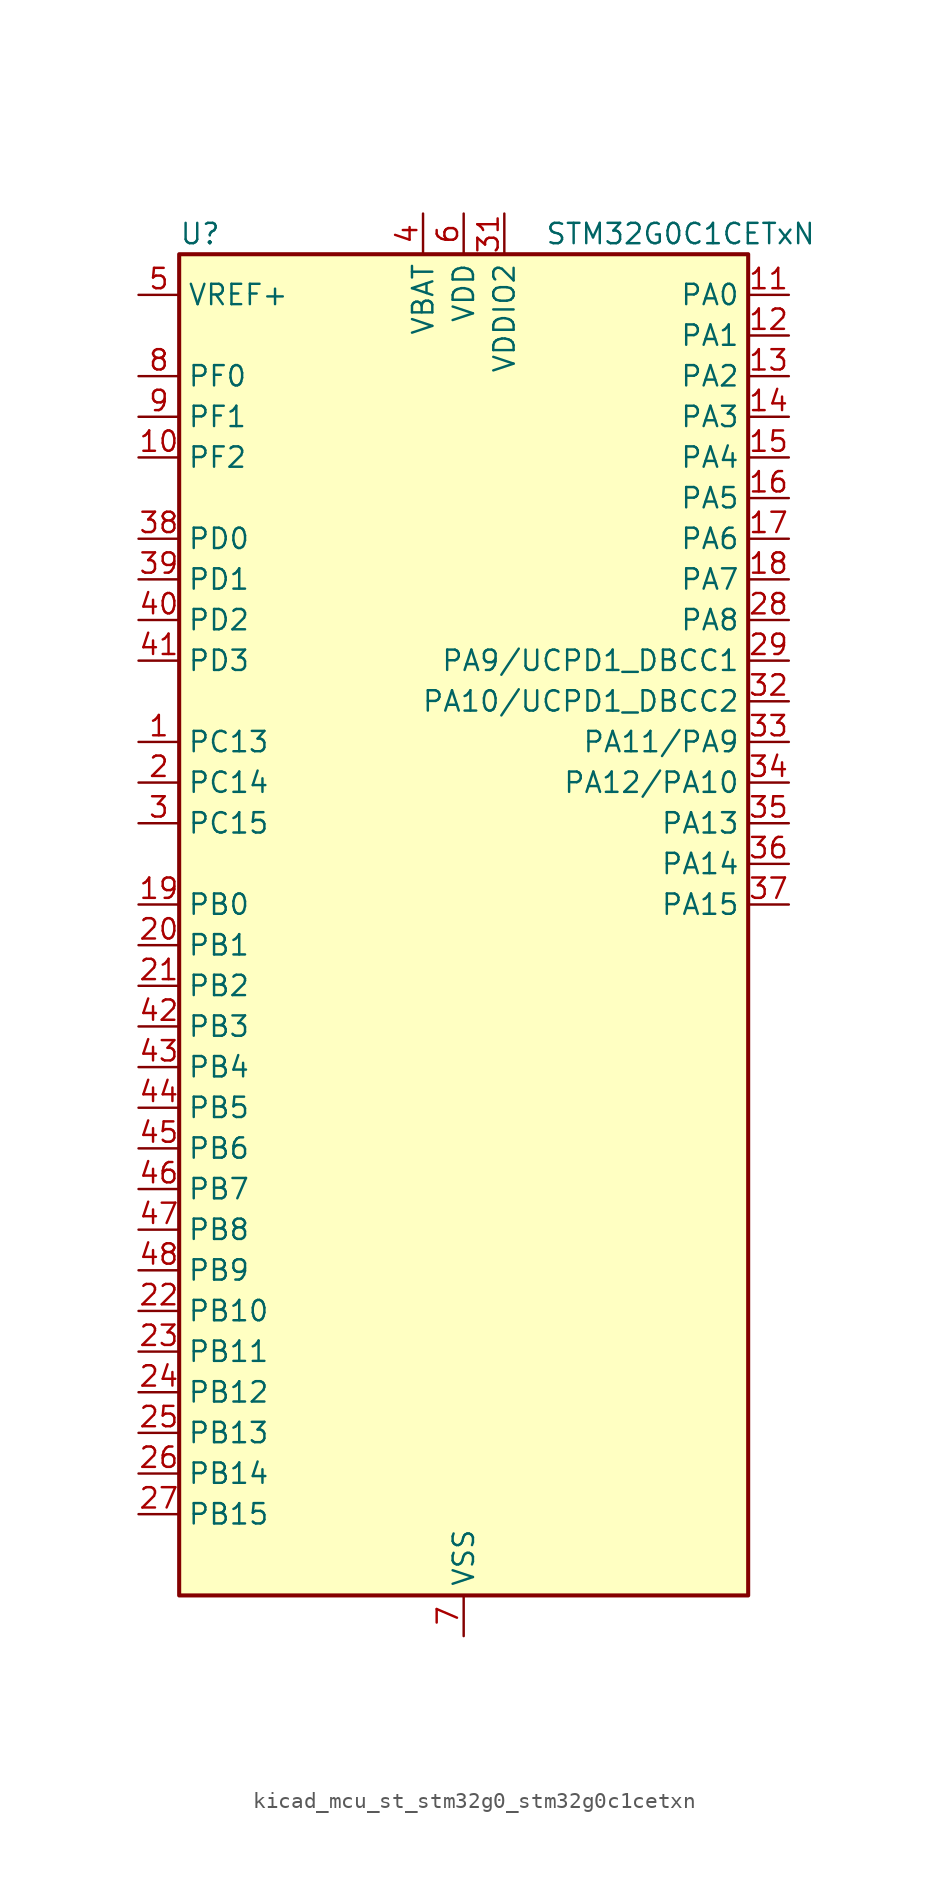
<source format=kicad_sym>
(kicad_symbol_lib
  (version 20220914)
  (generator kicad_symbol_editor)
  (symbol "kicad_mcu_st_stm32g0_stm32g0c1cetxn"
    (property "Reference" "U"
      (at -17.78 44.45 0)
      (effects (font (size 1.27 1.27)) (justify left)))
    (property "Value" "STM32G0C1CETxN"
      (at 5.08 44.45 0)
      (effects (font (size 1.27 1.27)) (justify left)))
    (property "ki_locked" ""
      (at 0 0 0)
      (effects (font (size 1.27 1.27))))
    (symbol "kicad_mcu_st_stm32g0_stm32g0c1cetxn_0_1"
      (rectangle (start -17.78 -40.64) (end 17.78 43.18) (stroke (width 0.254) (type default)) (fill (type background))))
    (symbol "kicad_mcu_st_stm32g0_stm32g0c1cetxn_1_1"
      (pin bidirectional line (at -20.32 12.7 0) (length 2.54) (name "PC13" (effects (font (size 1.27 1.27)))) (number "1" (effects (font (size 1.27 1.27)))) (alternate "RTC_OUT1" bidirectional line) (alternate "RTC_TAMP_IN1" bidirectional line) (alternate "RTC_TS" bidirectional line) (alternate "SYS_WKUP2" bidirectional line) (alternate "TIM1_BK" bidirectional line))
      (pin bidirectional line (at -20.32 30.48 0) (length 2.54) (name "PF2" (effects (font (size 1.27 1.27)))) (number "10" (effects (font (size 1.27 1.27)))) (alternate "LPUART2_DE" bidirectional line) (alternate "LPUART2_RTS" bidirectional line) (alternate "LPUART2_TX" bidirectional line) (alternate "RCC_MCO" bidirectional line))
      (pin bidirectional line (at 20.32 40.64 180) (length 2.54) (name "PA0" (effects (font (size 1.27 1.27)))) (number "11" (effects (font (size 1.27 1.27)))) (alternate "ADC1_IN0" bidirectional line) (alternate "COMP1_INM" bidirectional line) (alternate "COMP1_OUT" bidirectional line) (alternate "I2S2_CK" bidirectional line) (alternate "LPTIM1_OUT" bidirectional line) (alternate "RTC_TAMP_IN2" bidirectional line) (alternate "SPI2_SCK" bidirectional line) (alternate "SYS_WKUP1" bidirectional line) (alternate "TIM2_CH1" bidirectional line) (alternate "TIM2_ETR" bidirectional line) (alternate "UCPD2_FRSTX1" bidirectional line) (alternate "UCPD2_FRSTX2" bidirectional line) (alternate "USART2_CTS" bidirectional line) (alternate "USART2_NSS" bidirectional line) (alternate "USART4_TX" bidirectional line))
      (pin bidirectional line (at 20.32 38.1 180) (length 2.54) (name "PA1" (effects (font (size 1.27 1.27)))) (number "12" (effects (font (size 1.27 1.27)))) (alternate "ADC1_IN1" bidirectional line) (alternate "COMP1_INP" bidirectional line) (alternate "I2C1_SMBA" bidirectional line) (alternate "I2S1_CK" bidirectional line) (alternate "SPI1_SCK" bidirectional line) (alternate "TIM15_CH1N" bidirectional line) (alternate "TIM2_CH2" bidirectional line) (alternate "USART2_CK" bidirectional line) (alternate "USART2_DE" bidirectional line) (alternate "USART2_RTS" bidirectional line) (alternate "USART4_RX" bidirectional line))
      (pin bidirectional line (at 20.32 35.56 180) (length 2.54) (name "PA2" (effects (font (size 1.27 1.27)))) (number "13" (effects (font (size 1.27 1.27)))) (alternate "ADC1_IN2" bidirectional line) (alternate "COMP2_INM" bidirectional line) (alternate "COMP2_OUT" bidirectional line) (alternate "I2S1_SD" bidirectional line) (alternate "LPUART1_TX" bidirectional line) (alternate "RCC_LSCO" bidirectional line) (alternate "SPI1_MOSI" bidirectional line) (alternate "SYS_WKUP4" bidirectional line) (alternate "TIM15_CH1" bidirectional line) (alternate "TIM2_CH3" bidirectional line) (alternate "UCPD1_FRSTX1" bidirectional line) (alternate "UCPD1_FRSTX2" bidirectional line) (alternate "USART2_TX" bidirectional line))
      (pin bidirectional line (at 20.32 33.02 180) (length 2.54) (name "PA3" (effects (font (size 1.27 1.27)))) (number "14" (effects (font (size 1.27 1.27)))) (alternate "ADC1_IN3" bidirectional line) (alternate "COMP2_INP" bidirectional line) (alternate "I2S2_MCK" bidirectional line) (alternate "LPUART1_RX" bidirectional line) (alternate "SPI2_MISO" bidirectional line) (alternate "TIM15_CH2" bidirectional line) (alternate "TIM2_CH4" bidirectional line) (alternate "UCPD2_FRSTX1" bidirectional line) (alternate "UCPD2_FRSTX2" bidirectional line) (alternate "USART2_RX" bidirectional line))
      (pin bidirectional line (at 20.32 30.48 180) (length 2.54) (name "PA4" (effects (font (size 1.27 1.27)))) (number "15" (effects (font (size 1.27 1.27)))) (alternate "ADC1_IN4" bidirectional line) (alternate "DAC1_OUT1" bidirectional line) (alternate "I2S1_WS" bidirectional line) (alternate "I2S2_SD" bidirectional line) (alternate "LPTIM2_OUT" bidirectional line) (alternate "RTC_OUT2" bidirectional line) (alternate "SPI1_NSS" bidirectional line) (alternate "SPI2_MOSI" bidirectional line) (alternate "SPI3_NSS" bidirectional line) (alternate "TIM14_CH1" bidirectional line) (alternate "UCPD2_FRSTX1" bidirectional line) (alternate "UCPD2_FRSTX2" bidirectional line) (alternate "USART6_TX" bidirectional line) (alternate "USB_NOE" bidirectional line))
      (pin bidirectional line (at 20.32 27.94 180) (length 2.54) (name "PA5" (effects (font (size 1.27 1.27)))) (number "16" (effects (font (size 1.27 1.27)))) (alternate "ADC1_IN5" bidirectional line) (alternate "CEC" bidirectional line) (alternate "DAC1_OUT2" bidirectional line) (alternate "I2S1_CK" bidirectional line) (alternate "LPTIM2_ETR" bidirectional line) (alternate "SPI1_SCK" bidirectional line) (alternate "TIM2_CH1" bidirectional line) (alternate "TIM2_ETR" bidirectional line) (alternate "UCPD1_FRSTX1" bidirectional line) (alternate "UCPD1_FRSTX2" bidirectional line) (alternate "USART3_TX" bidirectional line) (alternate "USART6_RX" bidirectional line))
      (pin bidirectional line (at 20.32 25.4 180) (length 2.54) (name "PA6" (effects (font (size 1.27 1.27)))) (number "17" (effects (font (size 1.27 1.27)))) (alternate "ADC1_IN6" bidirectional line) (alternate "COMP1_OUT" bidirectional line) (alternate "I2C2_SDA" bidirectional line) (alternate "I2C3_SDA" bidirectional line) (alternate "I2S1_MCK" bidirectional line) (alternate "LPUART1_CTS" bidirectional line) (alternate "SPI1_MISO" bidirectional line) (alternate "TIM16_CH1" bidirectional line) (alternate "TIM1_BK" bidirectional line) (alternate "TIM3_CH1" bidirectional line) (alternate "USART3_CTS" bidirectional line) (alternate "USART3_NSS" bidirectional line) (alternate "USART6_CTS" bidirectional line) (alternate "USART6_NSS" bidirectional line))
      (pin bidirectional line (at 20.32 22.86 180) (length 2.54) (name "PA7" (effects (font (size 1.27 1.27)))) (number "18" (effects (font (size 1.27 1.27)))) (alternate "ADC1_IN7" bidirectional line) (alternate "COMP2_OUT" bidirectional line) (alternate "I2C2_SCL" bidirectional line) (alternate "I2C3_SCL" bidirectional line) (alternate "I2S1_SD" bidirectional line) (alternate "SPI1_MOSI" bidirectional line) (alternate "TIM14_CH1" bidirectional line) (alternate "TIM17_CH1" bidirectional line) (alternate "TIM1_CH1N" bidirectional line) (alternate "TIM3_CH2" bidirectional line) (alternate "UCPD1_FRSTX1" bidirectional line) (alternate "UCPD1_FRSTX2" bidirectional line) (alternate "USART6_CK" bidirectional line) (alternate "USART6_DE" bidirectional line) (alternate "USART6_RTS" bidirectional line))
      (pin bidirectional line (at -20.32 2.54 0) (length 2.54) (name "PB0" (effects (font (size 1.27 1.27)))) (number "19" (effects (font (size 1.27 1.27)))) (alternate "ADC1_IN8" bidirectional line) (alternate "COMP1_OUT" bidirectional line) (alternate "COMP3_INP" bidirectional line) (alternate "FDCAN2_RX" bidirectional line) (alternate "I2S1_WS" bidirectional line) (alternate "LPTIM1_OUT" bidirectional line) (alternate "LPUART2_CTS" bidirectional line) (alternate "SPI1_NSS" bidirectional line) (alternate "TIM1_CH2N" bidirectional line) (alternate "TIM3_CH3" bidirectional line) (alternate "UCPD1_FRSTX1" bidirectional line) (alternate "UCPD1_FRSTX2" bidirectional line) (alternate "USART3_RX" bidirectional line) (alternate "USART5_TX" bidirectional line))
      (pin bidirectional line (at -20.32 10.16 0) (length 2.54) (name "PC14" (effects (font (size 1.27 1.27)))) (number "2" (effects (font (size 1.27 1.27)))) (alternate "RCC_OSC32_IN" bidirectional line) (alternate "TIM1_BK2" bidirectional line))
      (pin bidirectional line (at -20.32 0 0) (length 2.54) (name "PB1" (effects (font (size 1.27 1.27)))) (number "20" (effects (font (size 1.27 1.27)))) (alternate "ADC1_IN9" bidirectional line) (alternate "COMP1_INM" bidirectional line) (alternate "COMP3_OUT" bidirectional line) (alternate "FDCAN2_TX" bidirectional line) (alternate "LPTIM2_IN1" bidirectional line) (alternate "LPUART1_DE" bidirectional line) (alternate "LPUART1_RTS" bidirectional line) (alternate "LPUART2_DE" bidirectional line) (alternate "LPUART2_RTS" bidirectional line) (alternate "TIM14_CH1" bidirectional line) (alternate "TIM1_CH3N" bidirectional line) (alternate "TIM3_CH4" bidirectional line) (alternate "USART3_CK" bidirectional line) (alternate "USART3_DE" bidirectional line) (alternate "USART3_RTS" bidirectional line) (alternate "USART5_RX" bidirectional line))
      (pin bidirectional line (at -20.32 -2.54 0) (length 2.54) (name "PB2" (effects (font (size 1.27 1.27)))) (number "21" (effects (font (size 1.27 1.27)))) (alternate "ADC1_IN10" bidirectional line) (alternate "COMP1_INP" bidirectional line) (alternate "COMP3_INM" bidirectional line) (alternate "I2S2_MCK" bidirectional line) (alternate "LPTIM1_OUT" bidirectional line) (alternate "RCC_MCO_2" bidirectional line) (alternate "SPI2_MISO" bidirectional line) (alternate "USART3_TX" bidirectional line))
      (pin bidirectional line (at -20.32 -22.86 0) (length 2.54) (name "PB10" (effects (font (size 1.27 1.27)))) (number "22" (effects (font (size 1.27 1.27)))) (alternate "ADC1_IN11" bidirectional line) (alternate "CEC" bidirectional line) (alternate "COMP1_OUT" bidirectional line) (alternate "I2C2_SCL" bidirectional line) (alternate "I2S2_CK" bidirectional line) (alternate "LPUART1_RX" bidirectional line) (alternate "SPI2_SCK" bidirectional line) (alternate "TIM2_CH3" bidirectional line) (alternate "USART3_TX" bidirectional line))
      (pin bidirectional line (at -20.32 -25.4 0) (length 2.54) (name "PB11" (effects (font (size 1.27 1.27)))) (number "23" (effects (font (size 1.27 1.27)))) (alternate "ADC1_EXTI11" bidirectional line) (alternate "ADC1_IN15" bidirectional line) (alternate "COMP2_OUT" bidirectional line) (alternate "I2C2_SDA" bidirectional line) (alternate "I2S2_SD" bidirectional line) (alternate "LPUART1_TX" bidirectional line) (alternate "SPI2_MOSI" bidirectional line) (alternate "TIM2_CH4" bidirectional line) (alternate "USART3_RX" bidirectional line))
      (pin bidirectional line (at -20.32 -27.94 0) (length 2.54) (name "PB12" (effects (font (size 1.27 1.27)))) (number "24" (effects (font (size 1.27 1.27)))) (alternate "ADC1_IN16" bidirectional line) (alternate "FDCAN2_RX" bidirectional line) (alternate "I2C2_SMBA" bidirectional line) (alternate "I2S2_WS" bidirectional line) (alternate "LPUART1_DE" bidirectional line) (alternate "LPUART1_RTS" bidirectional line) (alternate "SPI2_NSS" bidirectional line) (alternate "TIM15_BK" bidirectional line) (alternate "TIM1_BK" bidirectional line) (alternate "UCPD2_FRSTX1" bidirectional line) (alternate "UCPD2_FRSTX2" bidirectional line))
      (pin bidirectional line (at -20.32 -30.48 0) (length 2.54) (name "PB13" (effects (font (size 1.27 1.27)))) (number "25" (effects (font (size 1.27 1.27)))) (alternate "FDCAN2_TX" bidirectional line) (alternate "I2C2_SCL" bidirectional line) (alternate "I2S2_CK" bidirectional line) (alternate "LPUART1_CTS" bidirectional line) (alternate "SPI2_SCK" bidirectional line) (alternate "TIM15_CH1N" bidirectional line) (alternate "TIM1_CH1N" bidirectional line) (alternate "USART3_CTS" bidirectional line) (alternate "USART3_NSS" bidirectional line))
      (pin bidirectional line (at -20.32 -33.02 0) (length 2.54) (name "PB14" (effects (font (size 1.27 1.27)))) (number "26" (effects (font (size 1.27 1.27)))) (alternate "I2C2_SDA" bidirectional line) (alternate "I2S2_MCK" bidirectional line) (alternate "SPI2_MISO" bidirectional line) (alternate "TIM15_CH1" bidirectional line) (alternate "TIM1_CH2N" bidirectional line) (alternate "UCPD1_FRSTX1" bidirectional line) (alternate "UCPD1_FRSTX2" bidirectional line) (alternate "USART3_CK" bidirectional line) (alternate "USART3_DE" bidirectional line) (alternate "USART3_RTS" bidirectional line) (alternate "USART6_CK" bidirectional line) (alternate "USART6_DE" bidirectional line) (alternate "USART6_RTS" bidirectional line))
      (pin bidirectional line (at -20.32 -35.56 0) (length 2.54) (name "PB15" (effects (font (size 1.27 1.27)))) (number "27" (effects (font (size 1.27 1.27)))) (alternate "I2S2_SD" bidirectional line) (alternate "RTC_REFIN" bidirectional line) (alternate "SPI2_MOSI" bidirectional line) (alternate "TIM15_CH1N" bidirectional line) (alternate "TIM15_CH2" bidirectional line) (alternate "TIM1_CH3N" bidirectional line) (alternate "UCPD1_CC2" bidirectional line) (alternate "USART6_CTS" bidirectional line) (alternate "USART6_NSS" bidirectional line))
      (pin bidirectional line (at 20.32 20.32 180) (length 2.54) (name "PA8" (effects (font (size 1.27 1.27)))) (number "28" (effects (font (size 1.27 1.27)))) (alternate "CRS1_SYNC" bidirectional line) (alternate "I2C2_SMBA" bidirectional line) (alternate "I2S2_WS" bidirectional line) (alternate "LPTIM2_OUT" bidirectional line) (alternate "RCC_MCO" bidirectional line) (alternate "SPI2_NSS" bidirectional line) (alternate "TIM1_CH1" bidirectional line) (alternate "UCPD1_CC1" bidirectional line))
      (pin bidirectional line (at 20.32 17.78 180) (length 2.54) (name "PA9/UCPD1_DBCC1" (effects (font (size 1.27 1.27)))) (number "29" (effects (font (size 1.27 1.27)))) (alternate "DAC1_EXTI9" bidirectional line) (alternate "I2C1_SCL" bidirectional line) (alternate "I2C2_SCL" bidirectional line) (alternate "I2S2_MCK" bidirectional line) (alternate "RCC_MCO" bidirectional line) (alternate "SPI2_MISO" bidirectional line) (alternate "TIM15_BK" bidirectional line) (alternate "TIM1_CH2" bidirectional line) (alternate "UCPD1_DBCC1" bidirectional line) (alternate "USART1_TX" bidirectional line))
      (pin bidirectional line (at -20.32 7.62 0) (length 2.54) (name "PC15" (effects (font (size 1.27 1.27)))) (number "3" (effects (font (size 1.27 1.27)))) (alternate "RCC_OSC32_EN" bidirectional line) (alternate "RCC_OSC32_OUT" bidirectional line) (alternate "RCC_OSC_EN" bidirectional line) (alternate "TIM15_BK" bidirectional line))
      (pin passive line (at 0 -43.18 90) (length 2.54) hide (name "VSS" (effects (font (size 1.27 1.27)))) (number "30" (effects (font (size 1.27 1.27)))))
      (pin power_in line (at 2.54 45.72 270) (length 2.54) (name "VDDIO2" (effects (font (size 1.27 1.27)))) (number "31" (effects (font (size 1.27 1.27)))))
      (pin bidirectional line (at 20.32 15.24 180) (length 2.54) (name "PA10/UCPD1_DBCC2" (effects (font (size 1.27 1.27)))) (number "32" (effects (font (size 1.27 1.27)))) (alternate "I2C1_SDA" bidirectional line) (alternate "I2C2_SDA" bidirectional line) (alternate "I2S2_SD" bidirectional line) (alternate "RCC_MCO_2" bidirectional line) (alternate "SPI2_MOSI" bidirectional line) (alternate "TIM17_BK" bidirectional line) (alternate "TIM1_CH3" bidirectional line) (alternate "UCPD1_DBCC2" bidirectional line) (alternate "USART1_RX" bidirectional line))
      (pin bidirectional line (at 20.32 12.7 180) (length 2.54) (name "PA11/PA9" (effects (font (size 1.27 1.27)))) (number "33" (effects (font (size 1.27 1.27)))) (alternate "ADC1_EXTI11" bidirectional line) (alternate "COMP1_OUT" bidirectional line) (alternate "FDCAN1_RX" bidirectional line) (alternate "I2C2_SCL" bidirectional line) (alternate "I2S1_MCK" bidirectional line) (alternate "SPI1_MISO" bidirectional line) (alternate "TIM1_BK2" bidirectional line) (alternate "TIM1_CH4" bidirectional line) (alternate "USART1_CTS" bidirectional line) (alternate "USART1_NSS" bidirectional line) (alternate "USB_DM" bidirectional line))
      (pin bidirectional line (at 20.32 10.16 180) (length 2.54) (name "PA12/PA10" (effects (font (size 1.27 1.27)))) (number "34" (effects (font (size 1.27 1.27)))) (alternate "COMP2_OUT" bidirectional line) (alternate "FDCAN1_TX" bidirectional line) (alternate "I2C2_SDA" bidirectional line) (alternate "I2S1_SD" bidirectional line) (alternate "I2S_CKIN" bidirectional line) (alternate "SPI1_MOSI" bidirectional line) (alternate "TIM1_ETR" bidirectional line) (alternate "USART1_CK" bidirectional line) (alternate "USART1_DE" bidirectional line) (alternate "USART1_RTS" bidirectional line) (alternate "USB_DP" bidirectional line))
      (pin bidirectional line (at 20.32 7.62 180) (length 2.54) (name "PA13" (effects (font (size 1.27 1.27)))) (number "35" (effects (font (size 1.27 1.27)))) (alternate "IR_OUT" bidirectional line) (alternate "LPUART2_RX" bidirectional line) (alternate "SYS_SWDIO" bidirectional line) (alternate "USB_NOE" bidirectional line))
      (pin bidirectional line (at 20.32 5.08 180) (length 2.54) (name "PA14" (effects (font (size 1.27 1.27)))) (number "36" (effects (font (size 1.27 1.27)))) (alternate "LPUART2_TX" bidirectional line) (alternate "SYS_SWCLK" bidirectional line) (alternate "USART2_TX" bidirectional line))
      (pin bidirectional line (at 20.32 2.54 180) (length 2.54) (name "PA15" (effects (font (size 1.27 1.27)))) (number "37" (effects (font (size 1.27 1.27)))) (alternate "I2C2_SMBA" bidirectional line) (alternate "I2S1_WS" bidirectional line) (alternate "RCC_MCO_2" bidirectional line) (alternate "SPI1_NSS" bidirectional line) (alternate "SPI3_NSS" bidirectional line) (alternate "TIM2_CH1" bidirectional line) (alternate "TIM2_ETR" bidirectional line) (alternate "USART2_RX" bidirectional line) (alternate "USART3_CK" bidirectional line) (alternate "USART3_DE" bidirectional line) (alternate "USART3_RTS" bidirectional line) (alternate "USART4_CK" bidirectional line) (alternate "USART4_DE" bidirectional line) (alternate "USART4_RTS" bidirectional line) (alternate "USB_NOE" bidirectional line))
      (pin bidirectional line (at -20.32 25.4 0) (length 2.54) (name "PD0" (effects (font (size 1.27 1.27)))) (number "38" (effects (font (size 1.27 1.27)))) (alternate "FDCAN1_RX" bidirectional line) (alternate "I2S2_WS" bidirectional line) (alternate "SPI2_NSS" bidirectional line) (alternate "TIM16_CH1" bidirectional line) (alternate "UCPD2_CC1" bidirectional line))
      (pin bidirectional line (at -20.32 22.86 0) (length 2.54) (name "PD1" (effects (font (size 1.27 1.27)))) (number "39" (effects (font (size 1.27 1.27)))) (alternate "FDCAN1_TX" bidirectional line) (alternate "I2S2_CK" bidirectional line) (alternate "SPI2_SCK" bidirectional line) (alternate "TIM17_CH1" bidirectional line) (alternate "UCPD2_DBCC1" bidirectional line))
      (pin power_in line (at -2.54 45.72 270) (length 2.54) (name "VBAT" (effects (font (size 1.27 1.27)))) (number "4" (effects (font (size 1.27 1.27)))))
      (pin bidirectional line (at -20.32 20.32 0) (length 2.54) (name "PD2" (effects (font (size 1.27 1.27)))) (number "40" (effects (font (size 1.27 1.27)))) (alternate "TIM1_CH1N" bidirectional line) (alternate "TIM3_ETR" bidirectional line) (alternate "UCPD2_CC2" bidirectional line) (alternate "USART3_CK" bidirectional line) (alternate "USART3_DE" bidirectional line) (alternate "USART3_RTS" bidirectional line) (alternate "USART5_RX" bidirectional line))
      (pin bidirectional line (at -20.32 17.78 0) (length 2.54) (name "PD3" (effects (font (size 1.27 1.27)))) (number "41" (effects (font (size 1.27 1.27)))) (alternate "I2S2_MCK" bidirectional line) (alternate "SPI2_MISO" bidirectional line) (alternate "TIM1_CH2N" bidirectional line) (alternate "UCPD2_DBCC2" bidirectional line) (alternate "USART2_CTS" bidirectional line) (alternate "USART2_NSS" bidirectional line) (alternate "USART5_TX" bidirectional line))
      (pin bidirectional line (at -20.32 -5.08 0) (length 2.54) (name "PB3" (effects (font (size 1.27 1.27)))) (number "42" (effects (font (size 1.27 1.27)))) (alternate "COMP2_INM" bidirectional line) (alternate "I2C2_SCL" bidirectional line) (alternate "I2C3_SCL" bidirectional line) (alternate "I2S1_CK" bidirectional line) (alternate "SPI1_SCK" bidirectional line) (alternate "SPI3_SCK" bidirectional line) (alternate "TIM1_CH2" bidirectional line) (alternate "TIM2_CH2" bidirectional line) (alternate "USART1_CK" bidirectional line) (alternate "USART1_DE" bidirectional line) (alternate "USART1_RTS" bidirectional line) (alternate "USART5_TX" bidirectional line))
      (pin bidirectional line (at -20.32 -7.62 0) (length 2.54) (name "PB4" (effects (font (size 1.27 1.27)))) (number "43" (effects (font (size 1.27 1.27)))) (alternate "COMP2_INP" bidirectional line) (alternate "I2C2_SDA" bidirectional line) (alternate "I2C3_SDA" bidirectional line) (alternate "I2S1_MCK" bidirectional line) (alternate "SPI1_MISO" bidirectional line) (alternate "SPI3_MISO" bidirectional line) (alternate "TIM17_BK" bidirectional line) (alternate "TIM3_CH1" bidirectional line) (alternate "USART1_CTS" bidirectional line) (alternate "USART1_NSS" bidirectional line) (alternate "USART5_RX" bidirectional line))
      (pin bidirectional line (at -20.32 -10.16 0) (length 2.54) (name "PB5" (effects (font (size 1.27 1.27)))) (number "44" (effects (font (size 1.27 1.27)))) (alternate "COMP2_OUT" bidirectional line) (alternate "FDCAN2_RX" bidirectional line) (alternate "I2C1_SMBA" bidirectional line) (alternate "I2S1_SD" bidirectional line) (alternate "LPTIM1_IN1" bidirectional line) (alternate "SPI1_MOSI" bidirectional line) (alternate "SPI3_MOSI" bidirectional line) (alternate "SYS_WKUP6" bidirectional line) (alternate "TIM16_BK" bidirectional line) (alternate "TIM3_CH2" bidirectional line) (alternate "USART5_CK" bidirectional line) (alternate "USART5_DE" bidirectional line) (alternate "USART5_RTS" bidirectional line))
      (pin bidirectional line (at -20.32 -12.7 0) (length 2.54) (name "PB6" (effects (font (size 1.27 1.27)))) (number "45" (effects (font (size 1.27 1.27)))) (alternate "COMP2_INP" bidirectional line) (alternate "FDCAN2_TX" bidirectional line) (alternate "I2C1_SCL" bidirectional line) (alternate "I2S2_MCK" bidirectional line) (alternate "LPTIM1_ETR" bidirectional line) (alternate "LPUART2_TX" bidirectional line) (alternate "SPI2_MISO" bidirectional line) (alternate "TIM16_CH1N" bidirectional line) (alternate "TIM1_CH3" bidirectional line) (alternate "TIM4_CH1" bidirectional line) (alternate "USART1_TX" bidirectional line) (alternate "USART5_CTS" bidirectional line) (alternate "USART5_NSS" bidirectional line))
      (pin bidirectional line (at -20.32 -15.24 0) (length 2.54) (name "PB7" (effects (font (size 1.27 1.27)))) (number "46" (effects (font (size 1.27 1.27)))) (alternate "COMP2_INM" bidirectional line) (alternate "I2C1_SDA" bidirectional line) (alternate "I2S2_SD" bidirectional line) (alternate "LPTIM1_IN2" bidirectional line) (alternate "LPUART2_RX" bidirectional line) (alternate "SPI2_MOSI" bidirectional line) (alternate "SYS_PVD_IN" bidirectional line) (alternate "TIM17_CH1N" bidirectional line) (alternate "TIM4_CH2" bidirectional line) (alternate "USART1_RX" bidirectional line) (alternate "USART4_CTS" bidirectional line) (alternate "USART4_NSS" bidirectional line))
      (pin bidirectional line (at -20.32 -17.78 0) (length 2.54) (name "PB8" (effects (font (size 1.27 1.27)))) (number "47" (effects (font (size 1.27 1.27)))) (alternate "CEC" bidirectional line) (alternate "FDCAN1_RX" bidirectional line) (alternate "I2C1_SCL" bidirectional line) (alternate "I2S2_CK" bidirectional line) (alternate "SPI2_SCK" bidirectional line) (alternate "TIM15_BK" bidirectional line) (alternate "TIM16_CH1" bidirectional line) (alternate "TIM4_CH3" bidirectional line) (alternate "USART3_TX" bidirectional line) (alternate "USART6_TX" bidirectional line))
      (pin bidirectional line (at -20.32 -20.32 0) (length 2.54) (name "PB9" (effects (font (size 1.27 1.27)))) (number "48" (effects (font (size 1.27 1.27)))) (alternate "DAC1_EXTI9" bidirectional line) (alternate "FDCAN1_TX" bidirectional line) (alternate "I2C1_SDA" bidirectional line) (alternate "I2S2_WS" bidirectional line) (alternate "IR_OUT" bidirectional line) (alternate "SPI2_NSS" bidirectional line) (alternate "TIM17_CH1" bidirectional line) (alternate "TIM4_CH4" bidirectional line) (alternate "UCPD2_FRSTX1" bidirectional line) (alternate "UCPD2_FRSTX2" bidirectional line) (alternate "USART3_RX" bidirectional line) (alternate "USART6_RX" bidirectional line))
      (pin input line (at -20.32 40.64 0) (length 2.54) (name "VREF+" (effects (font (size 1.27 1.27)))) (number "5" (effects (font (size 1.27 1.27)))) (alternate "VREFBUF_OUT" bidirectional line))
      (pin power_in line (at 0 45.72 270) (length 2.54) (name "VDD" (effects (font (size 1.27 1.27)))) (number "6" (effects (font (size 1.27 1.27)))))
      (pin power_in line (at 0 -43.18 90) (length 2.54) (name "VSS" (effects (font (size 1.27 1.27)))) (number "7" (effects (font (size 1.27 1.27)))))
      (pin bidirectional line (at -20.32 35.56 0) (length 2.54) (name "PF0" (effects (font (size 1.27 1.27)))) (number "8" (effects (font (size 1.27 1.27)))) (alternate "CRS1_SYNC" bidirectional line) (alternate "RCC_OSC_IN" bidirectional line) (alternate "TIM14_CH1" bidirectional line))
      (pin bidirectional line (at -20.32 33.02 0) (length 2.54) (name "PF1" (effects (font (size 1.27 1.27)))) (number "9" (effects (font (size 1.27 1.27)))) (alternate "RCC_OSC_EN" bidirectional line) (alternate "RCC_OSC_OUT" bidirectional line) (alternate "TIM15_CH1N" bidirectional line)))))
</source>
